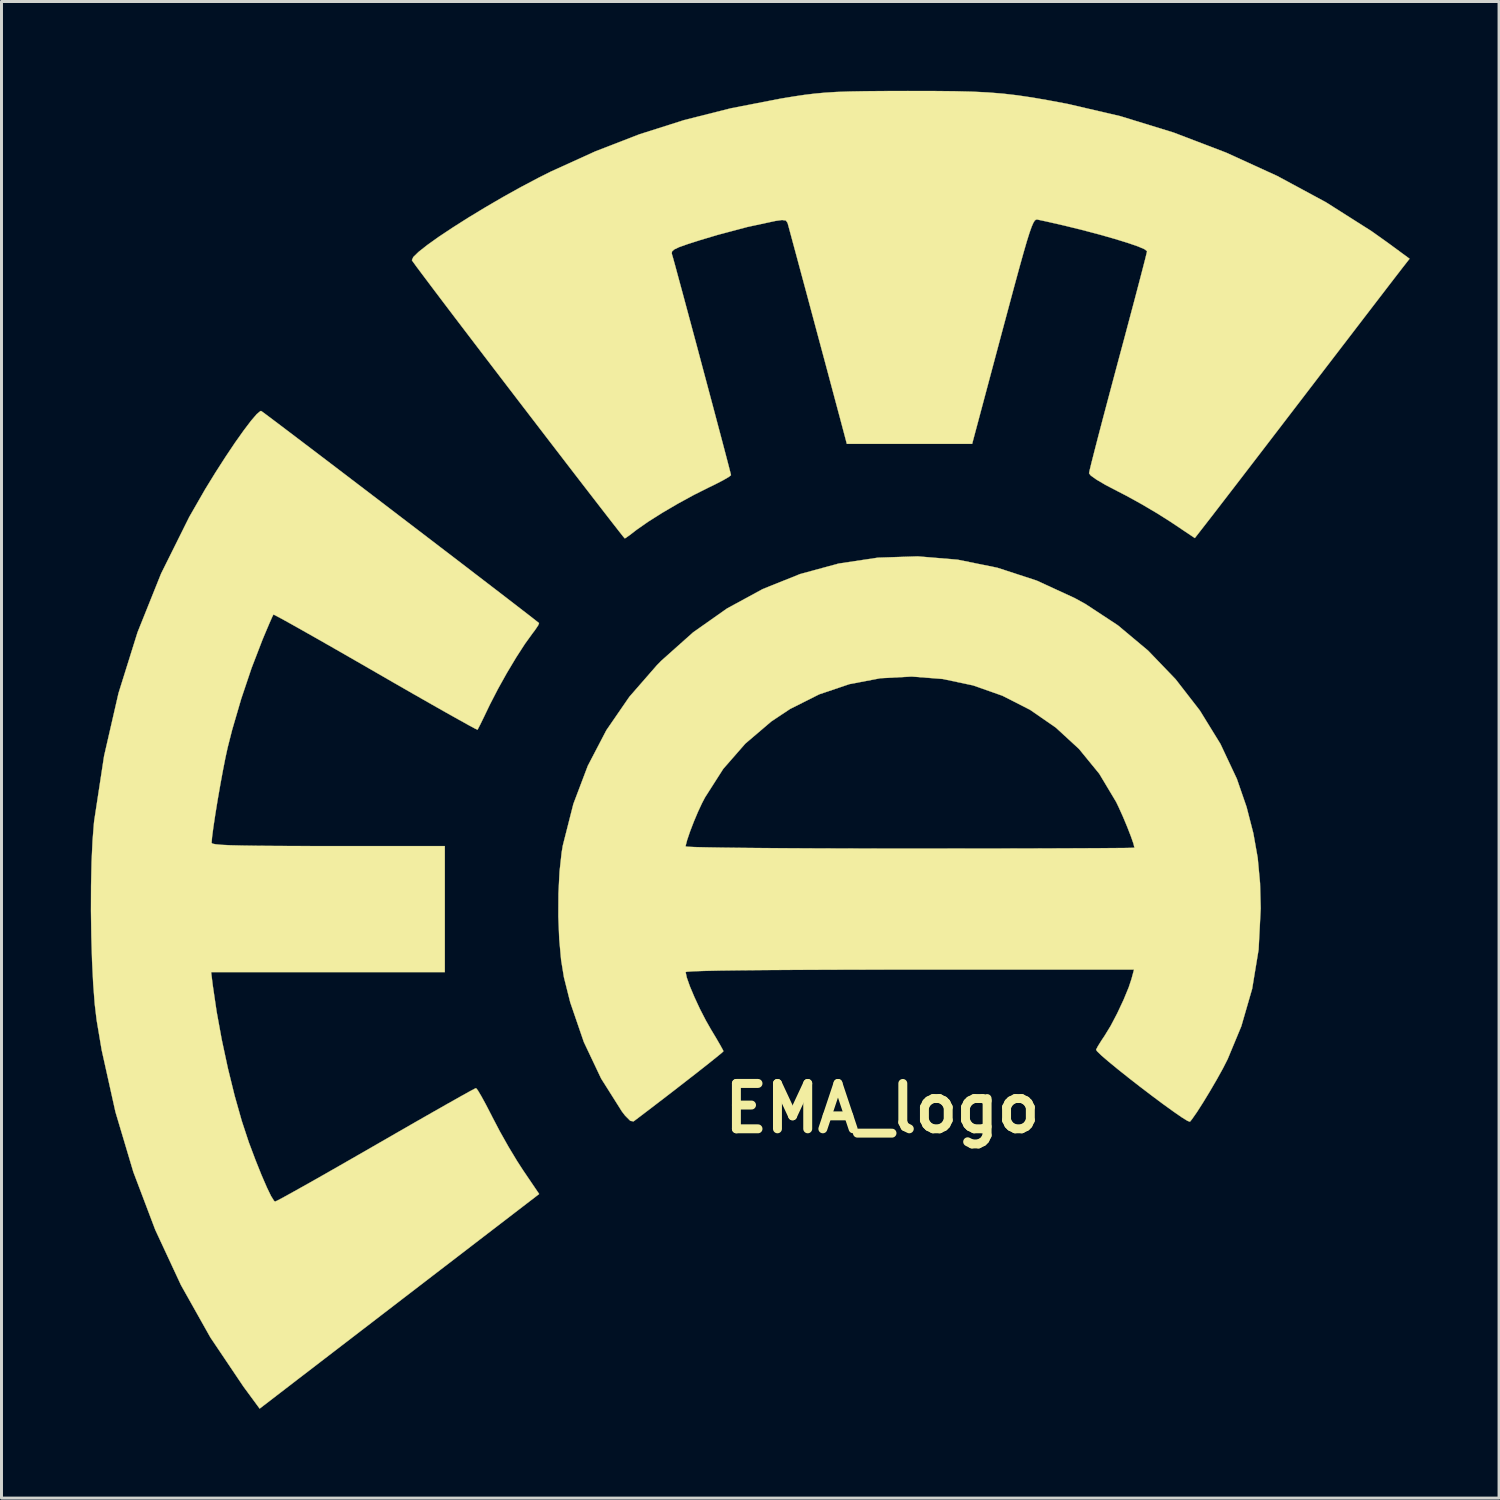
<source format=kicad_pcb>
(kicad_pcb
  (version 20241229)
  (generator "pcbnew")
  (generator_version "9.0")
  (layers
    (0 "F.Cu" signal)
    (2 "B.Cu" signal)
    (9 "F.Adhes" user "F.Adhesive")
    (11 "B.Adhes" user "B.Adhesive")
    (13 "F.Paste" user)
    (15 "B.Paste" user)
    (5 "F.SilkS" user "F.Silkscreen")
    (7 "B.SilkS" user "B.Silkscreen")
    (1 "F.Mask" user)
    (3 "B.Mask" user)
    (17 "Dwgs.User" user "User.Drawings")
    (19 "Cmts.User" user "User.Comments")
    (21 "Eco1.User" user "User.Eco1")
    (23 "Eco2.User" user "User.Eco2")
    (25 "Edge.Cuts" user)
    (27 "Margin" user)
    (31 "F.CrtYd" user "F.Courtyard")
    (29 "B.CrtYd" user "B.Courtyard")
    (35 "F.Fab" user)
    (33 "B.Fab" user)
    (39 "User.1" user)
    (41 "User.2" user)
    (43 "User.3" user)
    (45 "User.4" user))
  (footprint "EMA_logo"
    (layer "F.Cu")
    (at 22.512 22.481)
    (property "Reference" "EMA_logo" (at 4.064 11.684 0) (layer "F.SilkS") (effects (font (size 1.524 1.524) (thickness 0.3))))
    (attr through_hole)
    (fp_poly (pts (xy 6.596 -6.737) (xy 7.93 -6.466) (xy 9.245 -6.037) (xy 10.529 -5.446) (xy 10.89 -5.247) (xy 11.977 -4.532) (xy 12.99 -3.684) (xy 13.912 -2.725) (xy 14.727 -1.674) (xy 15.418 -0.552) (xy 15.97 0.621) (xy 16.296 1.565) (xy 16.523 2.447) (xy 16.67 3.276) (xy 16.749 4.129) (xy 16.771 4.969) (xy 16.7 6.356) (xy 16.484 7.669) (xy 16.119 8.931) (xy 15.661 10.033) (xy 15.505 10.34) (xy 15.3 10.71) (xy 15.071 11.103) (xy 14.84 11.483) (xy 14.63 11.812) (xy 14.463 12.051) (xy 14.395 12.135) (xy 14.313 12.106) (xy 14.122 11.988) (xy 13.846 11.797) (xy 13.506 11.552) (xy 13.126 11.269) (xy 12.729 10.967) (xy 12.337 10.662) (xy 11.973 10.372) (xy 11.659 10.114) (xy 11.419 9.907) (xy 11.275 9.767) (xy 11.243 9.716) (xy 11.303 9.601) (xy 11.427 9.402) (xy 11.527 9.253) (xy 11.732 8.918) (xy 11.955 8.493) (xy 12.167 8.04) (xy 12.34 7.62) (xy 12.431 7.345) (xy 12.517 7.027) (xy 4.989 7.027) (xy 3.567 7.028) (xy 2.284 7.031) (xy 1.145 7.036) (xy 0.153 7.042) (xy -0.689 7.05) (xy -1.379 7.059) (xy -1.911 7.071) (xy -2.284 7.084) (xy -2.493 7.098) (xy -2.54 7.11) (xy -2.501 7.295) (xy -2.397 7.589) (xy -2.244 7.952) (xy -2.061 8.346) (xy -1.862 8.732) (xy -1.691 9.033) (xy -1.51 9.335) (xy -1.368 9.58) (xy -1.284 9.734) (xy -1.27 9.769) (xy -1.334 9.829) (xy -1.514 9.976) (xy -1.79 10.197) (xy -2.144 10.476) (xy -2.557 10.797) (xy -3.008 11.147) (xy -3.481 11.51) (xy -3.954 11.871) (xy -4.288 12.124) (xy -4.397 12.105) (xy -4.57 11.932) (xy -4.677 11.793) (xy -5.377 10.684) (xy -5.957 9.46) (xy -6.413 8.13) (xy -6.625 7.288) (xy -6.72 6.706) (xy -6.783 6.009) (xy -6.814 5.247) (xy -6.81 4.473) (xy -6.773 3.737) (xy -6.702 3.091) (xy -6.668 2.892) (xy -2.54 2.892) (xy -2.457 2.902) (xy -2.217 2.913) (xy -1.832 2.922) (xy -1.313 2.931) (xy -0.674 2.939) (xy 0.075 2.946) (xy 0.922 2.952) (xy 1.853 2.957) (xy 2.858 2.96) (xy 3.924 2.963) (xy 4.995 2.963) (xy 6.109 2.963) (xy 7.173 2.962) (xy 8.175 2.961) (xy 9.103 2.959) (xy 9.946 2.956) (xy 10.691 2.953) (xy 11.327 2.95) (xy 11.84 2.946) (xy 12.22 2.943) (xy 12.454 2.938) (xy 12.531 2.934) (xy 12.498 2.797) (xy 12.411 2.548) (xy 12.288 2.232) (xy 12.145 1.89) (xy 11.998 1.565) (xy 11.917 1.397) (xy 11.351 0.451) (xy 10.67 -0.382) (xy 9.891 -1.099) (xy 9.028 -1.696) (xy 8.097 -2.17) (xy 7.114 -2.516) (xy 6.093 -2.732) (xy 5.051 -2.813) (xy 4.002 -2.757) (xy 2.961 -2.559) (xy 1.945 -2.216) (xy 0.968 -1.725) (xy 0.339 -1.307) (xy -0.535 -0.562) (xy -1.277 0.287) (xy -1.888 1.244) (xy -1.989 1.437) (xy -2.125 1.728) (xy -2.266 2.063) (xy -2.393 2.394) (xy -2.489 2.677) (xy -2.538 2.864) (xy -2.54 2.892) (xy -6.668 2.892) (xy -6.66 2.847) (xy -6.309 1.465) (xy -5.824 0.184) (xy -5.2 -1.012) (xy -4.428 -2.134) (xy -3.501 -3.197) (xy -3.35 -3.35) (xy -2.287 -4.298) (xy -1.15 -5.099) (xy 0.051 -5.752) (xy 1.304 -6.255) (xy 2.597 -6.607) (xy 3.917 -6.805) (xy 5.254 -6.849) (xy 6.596 -6.737)) (stroke (width 0.01) (type solid)) (fill yes) (layer "F.SilkS"))
    (fp_poly (pts (xy -16.717 -11.677) (xy -16.52 -11.53) (xy -16.216 -11.301) (xy -15.817 -10.999) (xy -15.337 -10.635) (xy -14.789 -10.219) (xy -14.187 -9.761) (xy -13.544 -9.271) (xy -12.872 -8.759) (xy -12.187 -8.235) (xy -11.5 -7.711) (xy -10.825 -7.195) (xy -10.175 -6.698) (xy -9.565 -6.23) (xy -9.006 -5.802) (xy -8.513 -5.423) (xy -8.098 -5.103) (xy -7.775 -4.854) (xy -7.558 -4.684) (xy -7.462 -4.607) (xy -7.491 -4.532) (xy -7.6 -4.37) (xy -7.686 -4.257) (xy -7.937 -3.909) (xy -8.232 -3.452) (xy -8.544 -2.931) (xy -8.844 -2.393) (xy -9.108 -1.881) (xy -9.158 -1.778) (xy -9.309 -1.463) (xy -9.432 -1.211) (xy -9.511 -1.058) (xy -9.528 -1.028) (xy -9.605 -1.063) (xy -9.813 -1.175) (xy -10.139 -1.356) (xy -10.568 -1.596) (xy -11.085 -1.889) (xy -11.676 -2.226) (xy -12.326 -2.599) (xy -12.955 -2.962) (xy -13.646 -3.36) (xy -14.291 -3.73) (xy -14.876 -4.064) (xy -15.385 -4.352) (xy -15.805 -4.588) (xy -16.121 -4.763) (xy -16.318 -4.868) (xy -16.381 -4.897) (xy -16.423 -4.812) (xy -16.515 -4.604) (xy -16.641 -4.307) (xy -16.751 -4.044) (xy -17.116 -3.096) (xy -17.464 -2.061) (xy -17.767 -1.024) (xy -17.918 -0.43) (xy -17.993 -0.087) (xy -18.078 0.345) (xy -18.167 0.829) (xy -18.254 1.329) (xy -18.332 1.809) (xy -18.396 2.233) (xy -18.44 2.565) (xy -18.457 2.768) (xy -18.457 2.773) (xy -18.423 2.799) (xy -18.314 2.82) (xy -18.118 2.838) (xy -17.822 2.852) (xy -17.416 2.862) (xy -16.886 2.87) (xy -16.222 2.875) (xy -15.41 2.878) (xy -14.541 2.879) (xy -10.626 2.879) (xy -10.626 7.112) (xy -18.473 7.112) (xy -18.418 7.556) (xy -18.288 8.439) (xy -18.116 9.38) (xy -17.911 10.336) (xy -17.684 11.26) (xy -17.445 12.106) (xy -17.206 12.83) (xy -17.203 12.838) (xy -16.983 13.422) (xy -16.781 13.926) (xy -16.604 14.335) (xy -16.462 14.629) (xy -16.361 14.79) (xy -16.325 14.817) (xy -16.236 14.776) (xy -16.016 14.658) (xy -15.68 14.472) (xy -15.242 14.227) (xy -14.719 13.931) (xy -14.125 13.592) (xy -13.475 13.219) (xy -12.941 12.912) (xy -12.259 12.519) (xy -11.622 12.153) (xy -11.044 11.823) (xy -10.541 11.537) (xy -10.129 11.305) (xy -9.821 11.133) (xy -9.632 11.032) (xy -9.578 11.007) (xy -9.519 11.078) (xy -9.402 11.274) (xy -9.243 11.565) (xy -9.058 11.923) (xy -9.025 11.989) (xy -8.776 12.464) (xy -8.486 12.979) (xy -8.194 13.463) (xy -7.997 13.767) (xy -7.458 14.562) (xy -11.286 17.5) (xy -12.022 18.065) (xy -12.743 18.619) (xy -13.433 19.149) (xy -14.077 19.643) (xy -14.658 20.089) (xy -15.16 20.475) (xy -15.569 20.788) (xy -15.867 21.018) (xy -15.978 21.103) (xy -16.843 21.768) (xy -17.391 21.023) (xy -18.497 19.379) (xy -19.484 17.623) (xy -20.348 15.766) (xy -21.084 13.823) (xy -21.685 11.807) (xy -22.147 9.73) (xy -22.317 8.721) (xy -22.381 8.182) (xy -22.432 7.51) (xy -22.47 6.741) (xy -22.495 5.911) (xy -22.507 5.056) (xy -22.504 4.211) (xy -22.487 3.414) (xy -22.454 2.699) (xy -22.407 2.103) (xy -22.399 2.032) (xy -22.067 -0.145) (xy -21.582 -2.257) (xy -20.943 -4.3) (xy -20.152 -6.272) (xy -19.209 -8.168) (xy -18.673 -9.102) (xy -18.328 -9.663) (xy -17.988 -10.192) (xy -17.667 -10.671) (xy -17.376 -11.081) (xy -17.129 -11.406) (xy -16.938 -11.628) (xy -16.817 -11.728) (xy -16.792 -11.73) (xy -16.717 -11.677)) (stroke (width 0.01) (type solid)) (fill yes) (layer "F.SilkS"))
    (fp_poly (pts (xy 5.765 -22.475) (xy 6.482 -22.468) (xy 7.093 -22.453) (xy 7.629 -22.426) (xy 8.122 -22.386) (xy 8.603 -22.33) (xy 9.104 -22.256) (xy 9.656 -22.16) (xy 10.286 -22.042) (xy 12.058 -21.63) (xy 13.843 -21.081) (xy 15.61 -20.406) (xy 17.328 -19.621) (xy 18.964 -18.738) (xy 20.487 -17.772) (xy 21.023 -17.391) (xy 21.769 -16.843) (xy 21.523 -16.528) (xy 21.426 -16.402) (xy 21.236 -16.156) (xy 20.964 -15.802) (xy 20.62 -15.354) (xy 20.215 -14.826) (xy 19.76 -14.232) (xy 19.263 -13.584) (xy 18.737 -12.898) (xy 18.456 -12.531) (xy 17.907 -11.814) (xy 17.373 -11.117) (xy 16.866 -10.456) (xy 16.398 -9.846) (xy 15.98 -9.302) (xy 15.625 -8.841) (xy 15.344 -8.476) (xy 15.15 -8.224) (xy 15.097 -8.156) (xy 14.559 -7.464) (xy 13.735 -8.015) (xy 13.301 -8.29) (xy 12.788 -8.593) (xy 12.271 -8.879) (xy 11.959 -9.04) (xy 11.562 -9.247) (xy 11.256 -9.427) (xy 11.064 -9.564) (xy 11.007 -9.638) (xy 11.028 -9.743) (xy 11.089 -9.995) (xy 11.186 -10.376) (xy 11.313 -10.868) (xy 11.467 -11.456) (xy 11.643 -12.12) (xy 11.836 -12.845) (xy 11.98 -13.385) (xy 12.183 -14.14) (xy 12.371 -14.847) (xy 12.541 -15.486) (xy 12.687 -16.042) (xy 12.806 -16.498) (xy 12.893 -16.837) (xy 12.943 -17.041) (xy 12.954 -17.095) (xy 12.875 -17.16) (xy 12.653 -17.256) (xy 12.311 -17.374) (xy 11.87 -17.51) (xy 11.354 -17.657) (xy 10.785 -17.807) (xy 10.185 -17.955) (xy 9.577 -18.094) (xy 9.271 -18.159) (xy 9.229 -18.158) (xy 9.185 -18.126) (xy 9.137 -18.05) (xy 9.079 -17.917) (xy 9.007 -17.713) (xy 8.916 -17.424) (xy 8.804 -17.037) (xy 8.665 -16.539) (xy 8.495 -15.915) (xy 8.29 -15.151) (xy 8.091 -14.41) (xy 7.081 -10.626) (xy 2.874 -10.626) (xy 2.796 -10.922) (xy 2.736 -11.147) (xy 2.643 -11.497) (xy 2.521 -11.952) (xy 2.377 -12.491) (xy 2.216 -13.094) (xy 2.043 -13.738) (xy 1.864 -14.405) (xy 1.685 -15.073) (xy 1.511 -15.722) (xy 1.347 -16.33) (xy 1.2 -16.877) (xy 1.074 -17.343) (xy 0.976 -17.707) (xy 0.911 -17.947) (xy 0.884 -18.044) (xy 0.828 -18.126) (xy 0.698 -18.144) (xy 0.479 -18.113) (xy -0.461 -17.911) (xy -1.469 -17.643) (xy -2.054 -17.468) (xy -2.476 -17.333) (xy -2.758 -17.233) (xy -2.924 -17.154) (xy -2.998 -17.085) (xy -3.005 -17.015) (xy -3.003 -17.008) (xy -2.964 -16.875) (xy -2.889 -16.604) (xy -2.784 -16.215) (xy -2.652 -15.729) (xy -2.5 -15.165) (xy -2.333 -14.544) (xy -2.156 -13.886) (xy -1.976 -13.21) (xy -1.796 -12.536) (xy -1.622 -11.885) (xy -1.461 -11.277) (xy -1.316 -10.732) (xy -1.194 -10.269) (xy -1.1 -9.909) (xy -1.039 -9.671) (xy -1.016 -9.577) (xy -1.016 -9.576) (xy -1.088 -9.517) (xy -1.28 -9.406) (xy -1.56 -9.261) (xy -1.757 -9.166) (xy -2.256 -8.916) (xy -2.793 -8.623) (xy -3.322 -8.313) (xy -3.797 -8.013) (xy -4.174 -7.75) (xy -4.244 -7.696) (xy -4.433 -7.551) (xy -4.559 -7.464) (xy -4.584 -7.453) (xy -4.639 -7.518) (xy -4.789 -7.708) (xy -5.025 -8.01) (xy -5.338 -8.414) (xy -5.721 -8.909) (xy -6.165 -9.484) (xy -6.661 -10.129) (xy -7.201 -10.832) (xy -7.777 -11.583) (xy -8.155 -12.076) (xy -8.75 -12.853) (xy -9.315 -13.592) (xy -9.841 -14.282) (xy -10.32 -14.911) (xy -10.743 -15.469) (xy -11.101 -15.943) (xy -11.387 -16.324) (xy -11.593 -16.599) (xy -11.708 -16.759) (xy -11.731 -16.794) (xy -11.684 -16.9) (xy -11.505 -17.074) (xy -11.212 -17.305) (xy -10.824 -17.582) (xy -10.357 -17.892) (xy -9.831 -18.226) (xy -9.261 -18.571) (xy -8.668 -18.917) (xy -8.067 -19.251) (xy -7.478 -19.562) (xy -7.07 -19.767) (xy -5.572 -20.448) (xy -4.092 -21.021) (xy -2.588 -21.499) (xy -1.018 -21.895) (xy 0.661 -22.221) (xy 1.1 -22.293) (xy 1.455 -22.346) (xy 1.793 -22.387) (xy 2.141 -22.419) (xy 2.525 -22.443) (xy 2.973 -22.459) (xy 3.511 -22.469) (xy 4.167 -22.474) (xy 4.911 -22.476) (xy 5.765 -22.475)) (stroke (width 0.01) (type solid)) (fill yes) (layer "F.SilkS")))
  (gr_rect
    (start -3 -3)
    (end 47.286 47.254)
    (stroke (width 0.1) (type default))
    (fill no)
    (layer "Edge.Cuts")))
</source>
